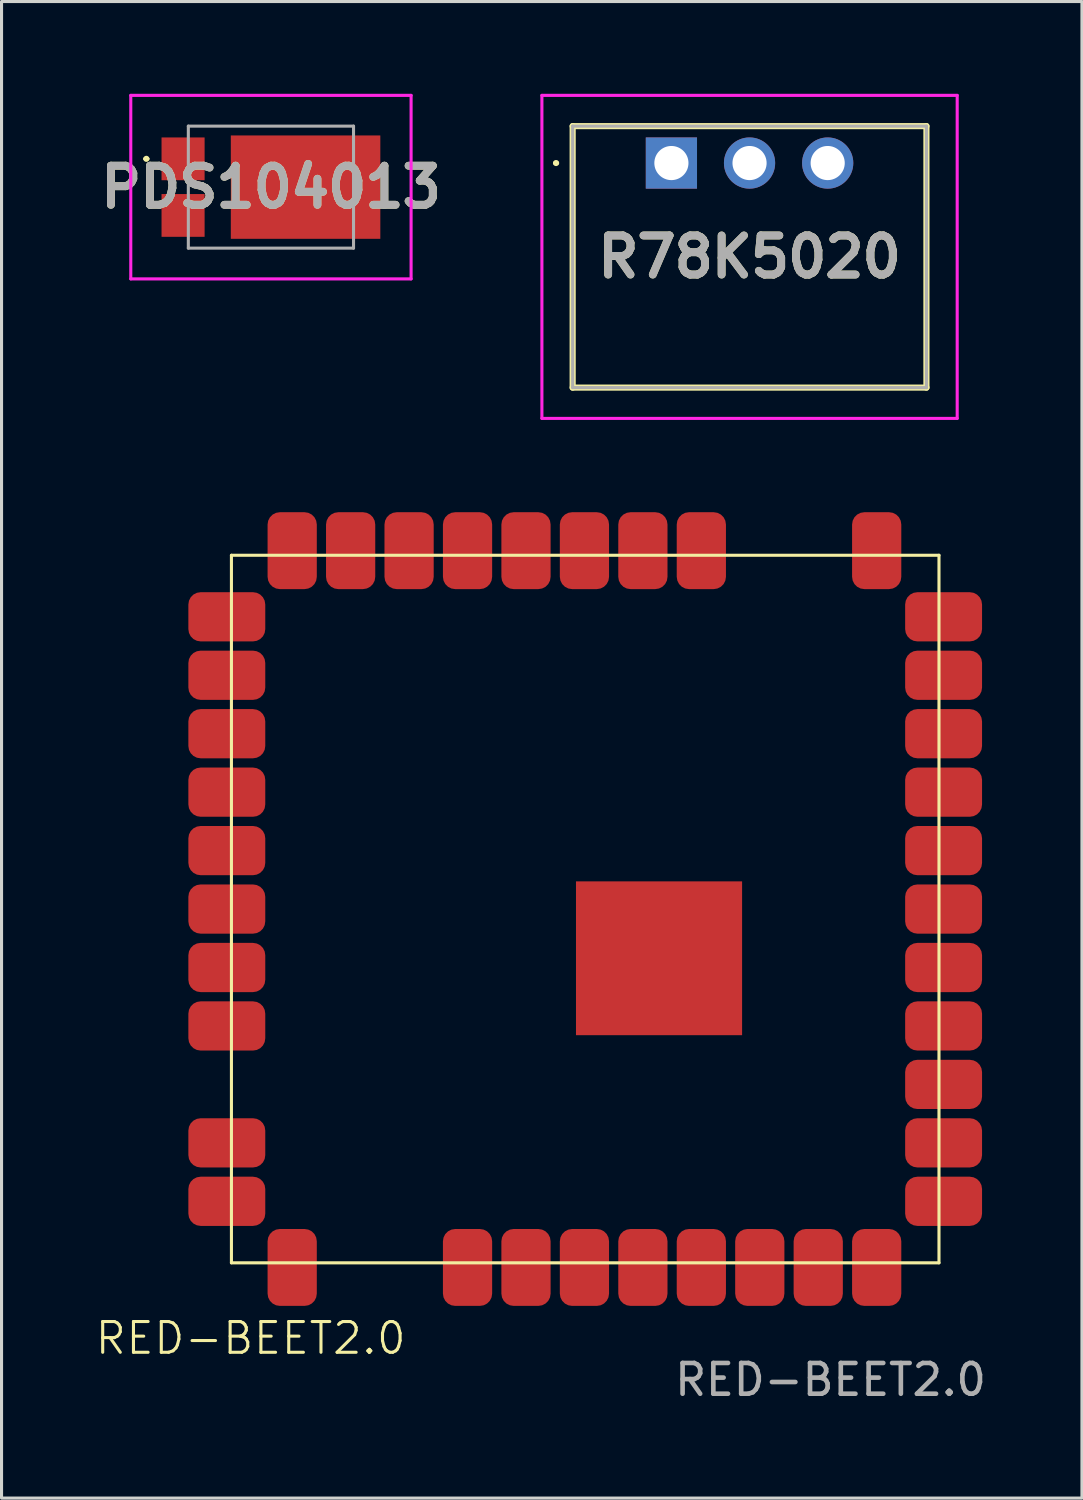
<source format=kicad_pcb>
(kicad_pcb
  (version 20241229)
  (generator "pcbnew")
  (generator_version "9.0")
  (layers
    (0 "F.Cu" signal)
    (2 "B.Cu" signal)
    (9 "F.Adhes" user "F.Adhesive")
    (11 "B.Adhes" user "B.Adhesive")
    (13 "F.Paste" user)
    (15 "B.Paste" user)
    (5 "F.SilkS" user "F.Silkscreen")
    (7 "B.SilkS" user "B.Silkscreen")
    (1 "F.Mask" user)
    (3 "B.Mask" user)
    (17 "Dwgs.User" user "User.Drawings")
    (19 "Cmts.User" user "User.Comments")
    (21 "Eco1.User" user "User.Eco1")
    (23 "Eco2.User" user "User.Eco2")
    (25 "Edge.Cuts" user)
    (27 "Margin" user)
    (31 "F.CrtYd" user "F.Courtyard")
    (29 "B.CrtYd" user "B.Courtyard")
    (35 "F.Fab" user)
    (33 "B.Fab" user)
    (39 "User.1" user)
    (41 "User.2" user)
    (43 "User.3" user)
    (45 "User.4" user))
  (footprint "PDS104013"
    (layer "F.Cu")
    (at 5.757 3.033)
    (property "Reference" "PDS104013" (at 0 0 0) (layer "F.SilkS") (effects (font (size 1.27 1.27) (thickness 0.254))))
    (attr smd)
    (fp_line (start -4.1 -0.92) (end -4.1 -0.92) (stroke (width 0.1) (type solid)) (layer "F.SilkS"))
    (fp_line (start -4 -0.92) (end -4 -0.92) (stroke (width 0.1) (type solid)) (layer "F.SilkS"))
    (fp_arc (start -4.1 -0.92) (mid -4.05 -0.97) (end -4 -0.92) (stroke (width 0.1) (type solid)) (layer "F.SilkS"))
    (fp_arc (start -4 -0.92) (mid -4.05 -0.87) (end -4.1 -0.92) (stroke (width 0.1) (type solid)) (layer "F.SilkS"))
    (fp_line (start -4.556 -2.983) (end -4.556 2.983) (stroke (width 0.1) (type solid)) (layer "F.CrtYd"))
    (fp_line (start -4.556 2.983) (end 4.556 2.983) (stroke (width 0.1) (type solid)) (layer "F.CrtYd"))
    (fp_line (start 4.556 -2.983) (end -4.556 -2.983) (stroke (width 0.1) (type solid)) (layer "F.CrtYd"))
    (fp_line (start 4.556 2.983) (end 4.556 -2.983) (stroke (width 0.1) (type solid)) (layer "F.CrtYd"))
    (fp_line (start -2.685 -1.983) (end -2.685 1.983) (stroke (width 0.1) (type solid)) (layer "F.Fab"))
    (fp_line (start -2.685 1.983) (end 2.685 1.983) (stroke (width 0.1) (type solid)) (layer "F.Fab"))
    (fp_line (start 2.685 -1.983) (end -2.685 -1.983) (stroke (width 0.1) (type solid)) (layer "F.Fab"))
    (fp_line (start 2.685 1.983) (end 2.685 -1.983) (stroke (width 0.1) (type solid)) (layer "F.Fab"))
    (fp_text user "${REFERENCE}" (at 0 0 0) (layer "F.Fab") (effects (font (size 1.27 1.27) (thickness 0.254))))
    (pad "1" smd rect (at -2.856 -0.92 90) (size 1.39 1.4) (layers "F.Cu" "F.Mask" "F.Paste"))
    (pad "2" smd rect (at -2.856 0.92 90) (size 1.39 1.4) (layers "F.Cu" "F.Mask" "F.Paste"))
    (pad "3" smd rect (at 1.126 0 90) (size 3.36 4.86) (layers "F.Cu" "F.Mask" "F.Paste")))
  (footprint "RED-BEET2.0"
    (layer "F.Cu")
    (at 3.073 39.4)
    (property "Reference" "RED-BEET2.0" (at 2.025 1.05 0) (unlocked yes) (layer "F.SilkS") (effects (font (size 1 1) (thickness 0.1))))
    (attr smd)
    (fp_line (start 1.4 -24.4) (end 24.4 -24.4) (stroke (width 0.1) (type default)) (layer "F.SilkS"))
    (fp_line (start 1.4 -1.4) (end 1.4 -24.4) (stroke (width 0.1) (type default)) (layer "F.SilkS"))
    (fp_line (start 1.4 -1.4) (end 24.4 -1.4) (stroke (width 0.1) (type default)) (layer "F.SilkS"))
    (fp_line (start 24.4 -24.4) (end 24.4 -1.4) (stroke (width 0.1) (type default)) (layer "F.SilkS"))
    (fp_text user "${REFERENCE}" (at 20.875 2.4 0) (unlocked yes) (layer "F.Fab") (effects (font (size 1 1) (thickness 0.15))))
    (pad "1" smd roundrect (at 3.375 -24.55 270) (size 2.5 1.6) (layers "F.Cu" "F.Mask" "F.Paste") (roundrect_rratio 0.25))
    (pad "2" smd roundrect (at 5.275 -24.55 90) (size 2.5 1.6) (layers "F.Cu" "F.Mask" "F.Paste") (roundrect_rratio 0.25))
    (pad "3" smd roundrect (at 7.175 -24.55 90) (size 2.5 1.6) (layers "F.Cu" "F.Mask" "F.Paste") (roundrect_rratio 0.25))
    (pad "4" smd roundrect (at 9.075 -24.55 90) (size 2.5 1.6) (layers "F.Cu" "F.Mask" "F.Paste") (roundrect_rratio 0.25))
    (pad "5" smd roundrect (at 10.975 -24.55 90) (size 2.5 1.6) (layers "F.Cu" "F.Mask" "F.Paste") (roundrect_rratio 0.25))
    (pad "6" smd roundrect (at 12.875 -24.55 90) (size 2.5 1.6) (layers "F.Cu" "F.Mask" "F.Paste") (roundrect_rratio 0.25))
    (pad "7" smd roundrect (at 14.775 -24.55 90) (size 2.5 1.6) (layers "F.Cu" "F.Mask" "F.Paste") (roundrect_rratio 0.25))
    (pad "8" smd roundrect (at 16.675 -24.55 90) (size 2.5 1.6) (layers "F.Cu" "F.Mask" "F.Paste") (roundrect_rratio 0.25))
    (pad "9" smd roundrect (at 22.375 -24.55 90) (size 2.5 1.6) (layers "F.Cu" "F.Mask" "F.Paste") (roundrect_rratio 0.25))
    (pad "10" smd roundrect (at 24.55 -22.4 180) (size 2.5 1.6) (layers "F.Cu" "F.Mask" "F.Paste") (roundrect_rratio 0.25))
    (pad "11" smd roundrect (at 24.55 -20.5 180) (size 2.5 1.6) (layers "F.Cu" "F.Mask" "F.Paste") (roundrect_rratio 0.25))
    (pad "12" smd roundrect (at 24.55 -18.6 180) (size 2.5 1.6) (layers "F.Cu" "F.Mask" "F.Paste") (roundrect_rratio 0.25))
    (pad "13" smd roundrect (at 24.55 -16.7 180) (size 2.5 1.6) (layers "F.Cu" "F.Mask" "F.Paste") (roundrect_rratio 0.25))
    (pad "14" smd roundrect (at 24.55 -14.8 180) (size 2.5 1.6) (layers "F.Cu" "F.Mask" "F.Paste") (roundrect_rratio 0.25))
    (pad "15" smd roundrect (at 24.55 -12.9 180) (size 2.5 1.6) (layers "F.Cu" "F.Mask" "F.Paste") (roundrect_rratio 0.25))
    (pad "16" smd roundrect (at 24.55 -11 180) (size 2.5 1.6) (layers "F.Cu" "F.Mask" "F.Paste") (roundrect_rratio 0.25))
    (pad "17" smd roundrect (at 24.55 -9.1 180) (size 2.5 1.6) (layers "F.Cu" "F.Mask" "F.Paste") (roundrect_rratio 0.25))
    (pad "18" smd roundrect (at 24.55 -7.2 180) (size 2.5 1.6) (layers "F.Cu" "F.Mask" "F.Paste") (roundrect_rratio 0.25))
    (pad "19" smd roundrect (at 24.55 -5.3 180) (size 2.5 1.6) (layers "F.Cu" "F.Mask" "F.Paste") (roundrect_rratio 0.25))
    (pad "20" smd roundrect (at 24.55 -3.4 180) (size 2.5 1.6) (layers "F.Cu" "F.Mask" "F.Paste") (roundrect_rratio 0.25))
    (pad "21" smd roundrect (at 22.375 -1.25 270) (size 2.5 1.6) (layers "F.Cu" "F.Mask" "F.Paste") (roundrect_rratio 0.25))
    (pad "22" smd roundrect (at 20.475 -1.25 270) (size 2.5 1.6) (layers "F.Cu" "F.Mask" "F.Paste") (roundrect_rratio 0.25))
    (pad "23" smd roundrect (at 18.575 -1.25 270) (size 2.5 1.6) (layers "F.Cu" "F.Mask" "F.Paste") (roundrect_rratio 0.25))
    (pad "24" smd roundrect (at 16.675 -1.25 270) (size 2.5 1.6) (layers "F.Cu" "F.Mask" "F.Paste") (roundrect_rratio 0.25))
    (pad "25" smd roundrect (at 14.775 -1.25 270) (size 2.5 1.6) (layers "F.Cu" "F.Mask" "F.Paste") (roundrect_rratio 0.25))
    (pad "26" smd roundrect (at 12.875 -1.25 270) (size 2.5 1.6) (layers "F.Cu" "F.Mask" "F.Paste") (roundrect_rratio 0.25))
    (pad "27" smd roundrect (at 10.975 -1.25 270) (size 2.5 1.6) (layers "F.Cu" "F.Mask" "F.Paste") (roundrect_rratio 0.25))
    (pad "28" smd roundrect (at 9.075 -1.25 270) (size 2.5 1.6) (layers "F.Cu" "F.Mask" "F.Paste") (roundrect_rratio 0.25))
    (pad "29" smd roundrect (at 3.375 -1.25 270) (size 2.5 1.6) (layers "F.Cu" "F.Mask" "F.Paste") (roundrect_rratio 0.25))
    (pad "30" smd roundrect (at 1.25 -3.4) (size 2.5 1.6) (layers "F.Cu" "F.Mask" "F.Paste") (roundrect_rratio 0.25))
    (pad "31" smd roundrect (at 1.25 -5.3) (size 2.5 1.6) (layers "F.Cu" "F.Mask" "F.Paste") (roundrect_rratio 0.25))
    (pad "32" smd roundrect (at 1.25 -9.1) (size 2.5 1.6) (layers "F.Cu" "F.Mask" "F.Paste") (roundrect_rratio 0.25))
    (pad "33" smd roundrect (at 1.25 -11) (size 2.5 1.6) (layers "F.Cu" "F.Mask" "F.Paste") (roundrect_rratio 0.25))
    (pad "34" smd roundrect (at 1.25 -12.9) (size 2.5 1.6) (layers "F.Cu" "F.Mask" "F.Paste") (roundrect_rratio 0.25))
    (pad "35" smd roundrect (at 1.25 -14.8) (size 2.5 1.6) (layers "F.Cu" "F.Mask" "F.Paste") (roundrect_rratio 0.25))
    (pad "36" smd roundrect (at 1.25 -16.7) (size 2.5 1.6) (layers "F.Cu" "F.Mask" "F.Paste") (roundrect_rratio 0.25))
    (pad "37" smd roundrect (at 1.25 -18.6) (size 2.5 1.6) (layers "F.Cu" "F.Mask" "F.Paste") (roundrect_rratio 0.25))
    (pad "38" smd roundrect (at 1.25 -20.5) (size 2.5 1.6) (layers "F.Cu" "F.Mask" "F.Paste") (roundrect_rratio 0.25))
    (pad "39" smd roundrect (at 1.25 -22.4) (size 2.5 1.6) (layers "F.Cu" "F.Mask" "F.Paste") (roundrect_rratio 0.25))
    (pad "40" smd rect (at 15.3 -11.3) (size 5.4 5) (layers "F.Cu" "F.Mask" "F.Paste")))
  (footprint "R78K5020"
    (layer "F.Cu")
    (at 18.775 2.25)
    (property "Reference" "R78K5020" (at 2.54 3.05 0) (layer "F.SilkS") (effects (font (size 1.27 1.27) (thickness 0.254))))
    (attr through_hole)
    (fp_line (start -3.8 0) (end -3.8 0) (stroke (width 0.1) (type solid)) (layer "F.SilkS"))
    (fp_line (start -3.7 0) (end -3.7 0) (stroke (width 0.1) (type solid)) (layer "F.SilkS"))
    (fp_line (start -3.21 -1.2) (end 8.29 -1.2) (stroke (width 0.2) (type solid)) (layer "F.SilkS"))
    (fp_line (start -3.21 7.3) (end -3.21 -1.2) (stroke (width 0.2) (type solid)) (layer "F.SilkS"))
    (fp_line (start 8.29 -1.2) (end 8.29 7.3) (stroke (width 0.2) (type solid)) (layer "F.SilkS"))
    (fp_line (start 8.29 7.3) (end -3.21 7.3) (stroke (width 0.2) (type solid)) (layer "F.SilkS"))
    (fp_arc (start -3.8 0) (mid -3.75 -0.05) (end -3.7 0) (stroke (width 0.1) (type solid)) (layer "F.SilkS"))
    (fp_arc (start -3.7 0) (mid -3.75 0.05) (end -3.8 0) (stroke (width 0.1) (type solid)) (layer "F.SilkS"))
    (fp_line (start -4.21 -2.2) (end 9.29 -2.2) (stroke (width 0.1) (type solid)) (layer "F.CrtYd"))
    (fp_line (start -4.21 8.3) (end -4.21 -2.2) (stroke (width 0.1) (type solid)) (layer "F.CrtYd"))
    (fp_line (start 9.29 -2.2) (end 9.29 8.3) (stroke (width 0.1) (type solid)) (layer "F.CrtYd"))
    (fp_line (start 9.29 8.3) (end -4.21 8.3) (stroke (width 0.1) (type solid)) (layer "F.CrtYd"))
    (fp_line (start -3.21 -1.2) (end 8.29 -1.2) (stroke (width 0.1) (type solid)) (layer "F.Fab"))
    (fp_line (start -3.21 7.3) (end -3.21 -1.2) (stroke (width 0.1) (type solid)) (layer "F.Fab"))
    (fp_line (start 8.29 -1.2) (end 8.29 7.3) (stroke (width 0.1) (type solid)) (layer "F.Fab"))
    (fp_line (start 8.29 7.3) (end -3.21 7.3) (stroke (width 0.1) (type solid)) (layer "F.Fab"))
    (fp_text user "${REFERENCE}" (at 2.54 3.05 0) (layer "F.Fab") (effects (font (size 1.27 1.27) (thickness 0.254))))
    (pad "1" thru_hole rect (at 0 0) (size 1.665 1.665) (drill 1.11) (layers "*.Cu" "*.Mask"))
    (pad "2" thru_hole circle (at 2.54 0) (size 1.665 1.665) (drill 1.11) (layers "*.Cu" "*.Mask"))
    (pad "3" thru_hole circle (at 5.08 0) (size 1.665 1.665) (drill 1.11) (layers "*.Cu" "*.Mask")))
  (gr_rect
    (start -3 -3)
    (end 32.12 45.648)
    (stroke (width 0.1) (type default))
    (fill no)
    (layer "Edge.Cuts")))
</source>
